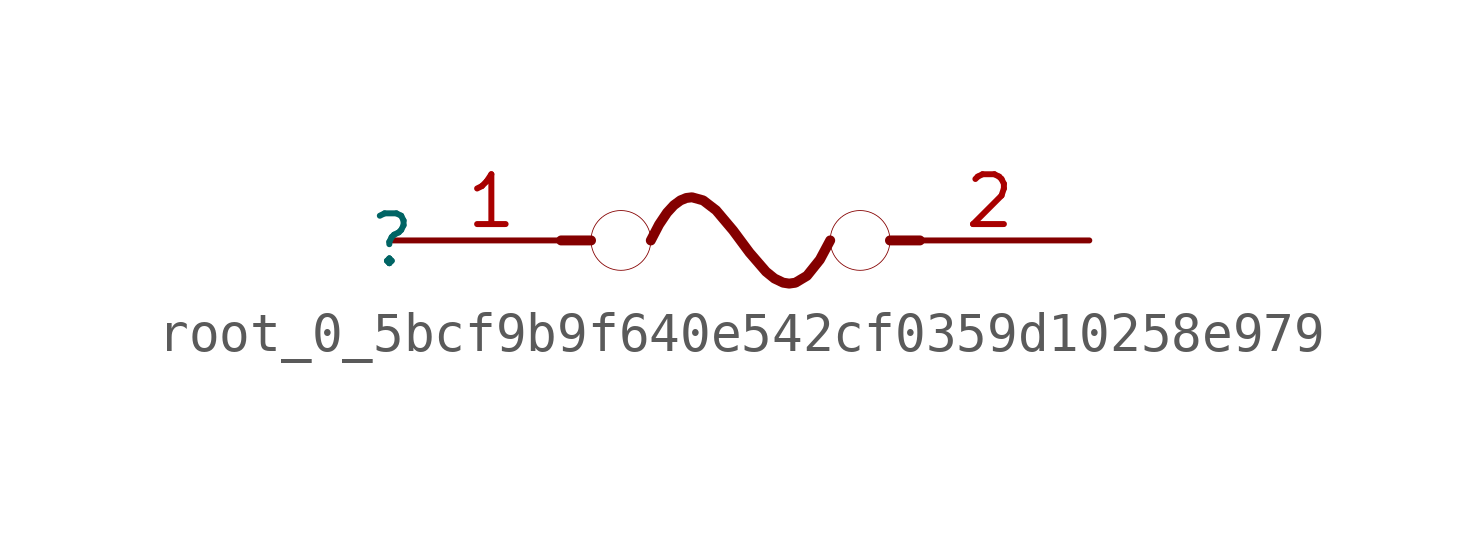
<source format=kicad_sym>
(kicad_symbol_lib
  (version 20220914)
  (generator kicad_symbol_editor)
  (symbol "root_0_5bcf9b9f640e542cf0359d10258e979"
    (property "Reference" ""
      (at 0 0 0)
      (effects (font (size 1.27 1.27))))
    (property "Value" ""
      (at 0 0 0)
      (effects (font (size 1.27 1.27))))
    (symbol "root_0_5bcf9b9f640e542cf0359d10258e979_1_0"
      (polyline (pts (xy 5.08 0) (xy 4.318 0)) (stroke (width 0.254) (type solid)) (fill (type none)))
      (polyline (pts (xy 12.7 0) (xy 13.462 0)) (stroke (width 0.254) (type solid)) (fill (type none)))
      (circle (center 5.842 0) (radius 0.762) (stroke (width 0.0001) (type solid)) (fill (type none)))
      (bezier (pts (xy 6.604 0) (xy 8.382 3.81) (xy 9.398 -3.81) (xy 11.176 0)) (stroke (width 0.254) (type solid)) (fill (type none)))
      (circle (center 11.938 0) (radius 0.762) (stroke (width 0.0001) (type solid)) (fill (type none)))
      (pin passive line (at 0 0 0) (length 5.08) (name "1" (effects (font (size 0 0)))) (number "1" (effects (font (size 1.27 1.27)))))
      (pin passive line (at 17.78 0 180) (length 5.08) (name "2" (effects (font (size 0 0)))) (number "2" (effects (font (size 1.27 1.27))))))))
</source>
